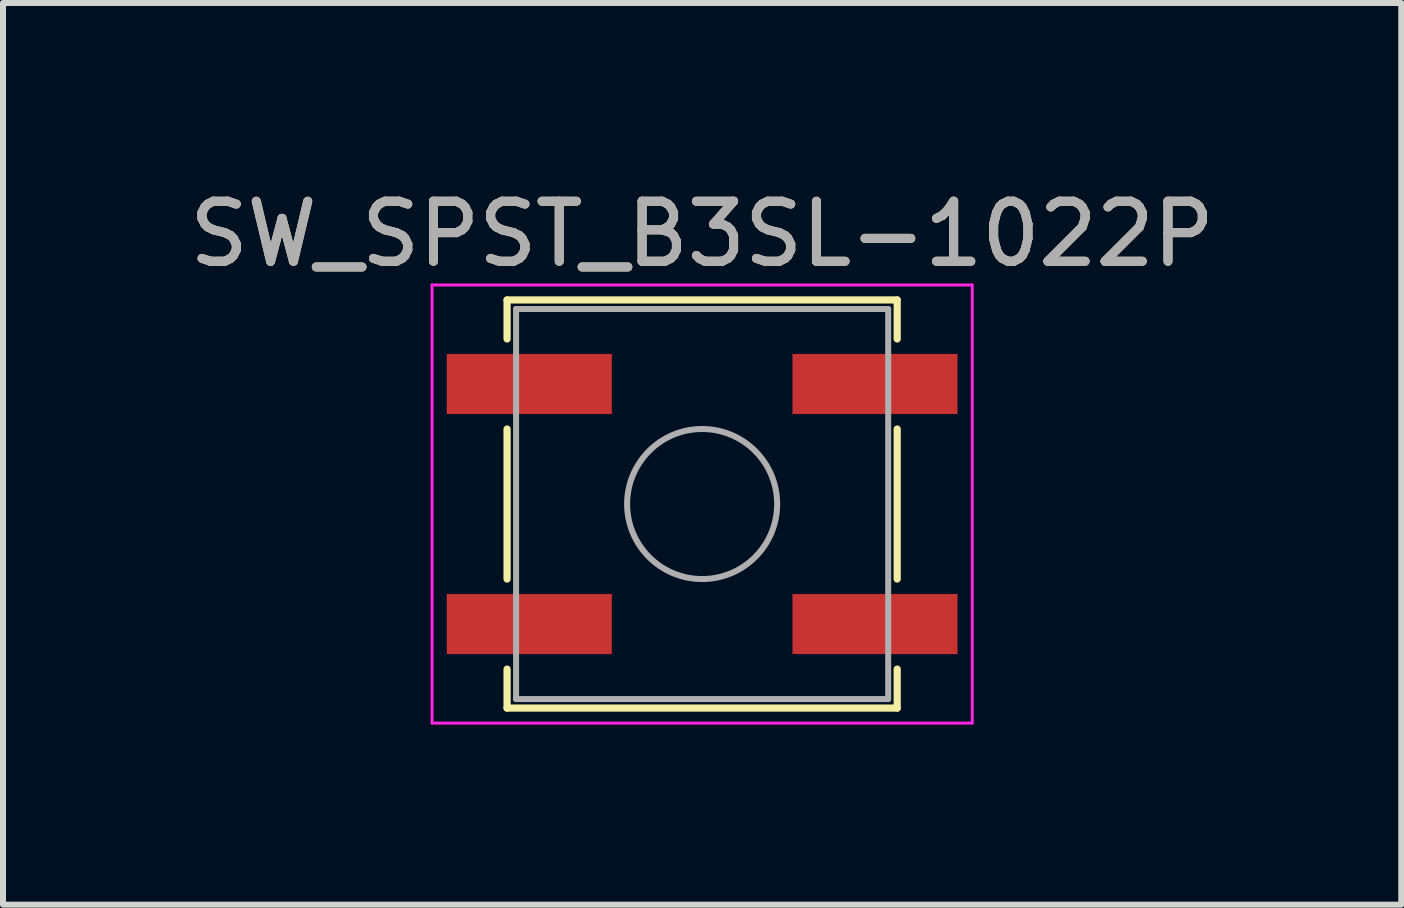
<source format=kicad_pcb>
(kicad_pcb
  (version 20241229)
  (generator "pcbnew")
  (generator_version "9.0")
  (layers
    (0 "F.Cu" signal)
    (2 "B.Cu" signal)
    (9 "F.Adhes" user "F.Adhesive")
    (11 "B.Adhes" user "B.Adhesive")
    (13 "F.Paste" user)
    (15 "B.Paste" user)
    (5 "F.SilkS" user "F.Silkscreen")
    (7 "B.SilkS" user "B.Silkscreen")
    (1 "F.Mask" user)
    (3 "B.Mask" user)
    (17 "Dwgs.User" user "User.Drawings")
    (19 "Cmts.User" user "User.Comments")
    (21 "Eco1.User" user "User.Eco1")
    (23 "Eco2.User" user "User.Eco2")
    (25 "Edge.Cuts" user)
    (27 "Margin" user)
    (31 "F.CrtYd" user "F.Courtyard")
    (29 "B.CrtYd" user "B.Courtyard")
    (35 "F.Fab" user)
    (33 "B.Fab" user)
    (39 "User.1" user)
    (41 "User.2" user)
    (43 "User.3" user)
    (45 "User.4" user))
  (footprint "SW_SPST_B3SL-1022P"
    (layer "F.Cu")
    (at 8.649 5.348)
    (property "Reference" "SW_SPST_B3SL-1022P" (at 0 -4.5 0) (layer "F.SilkS") (effects (font (size 1 1) (thickness 0.15))))
    (attr smd)
    (fp_line (start -3.25 -3.4) (end -3.25 -2.75) (stroke (width 0.12) (type solid)) (layer "F.SilkS"))
    (fp_line (start -3.25 -1.25) (end -3.25 1.25) (stroke (width 0.12) (type solid)) (layer "F.SilkS"))
    (fp_line (start -3.25 3.4) (end -3.25 2.75) (stroke (width 0.12) (type solid)) (layer "F.SilkS"))
    (fp_line (start 3.25 -3.4) (end -3.25 -3.4) (stroke (width 0.12) (type solid)) (layer "F.SilkS"))
    (fp_line (start 3.25 -2.75) (end 3.25 -3.4) (stroke (width 0.12) (type solid)) (layer "F.SilkS"))
    (fp_line (start 3.25 -1.25) (end 3.25 1.25) (stroke (width 0.12) (type solid)) (layer "F.SilkS"))
    (fp_line (start 3.25 2.75) (end 3.25 3.4) (stroke (width 0.12) (type solid)) (layer "F.SilkS"))
    (fp_line (start 3.25 3.4) (end -3.25 3.4) (stroke (width 0.12) (type solid)) (layer "F.SilkS"))
    (fp_line (start -4.5 -3.65) (end -4.5 3.65) (stroke (width 0.05) (type solid)) (layer "F.CrtYd"))
    (fp_line (start -4.5 3.65) (end 4.5 3.65) (stroke (width 0.05) (type solid)) (layer "F.CrtYd"))
    (fp_line (start 4.5 -3.65) (end -4.5 -3.65) (stroke (width 0.05) (type solid)) (layer "F.CrtYd"))
    (fp_line (start 4.5 3.65) (end 4.5 -3.65) (stroke (width 0.05) (type solid)) (layer "F.CrtYd"))
    (fp_line (start -3.1 -3.25) (end 3.1 -3.25) (stroke (width 0.1) (type solid)) (layer "F.Fab"))
    (fp_line (start -3.1 3.25) (end -3.1 -3.25) (stroke (width 0.1) (type solid)) (layer "F.Fab"))
    (fp_line (start 3.1 -3.25) (end 3.1 3.25) (stroke (width 0.1) (type solid)) (layer "F.Fab"))
    (fp_line (start 3.1 3.25) (end -3.1 3.25) (stroke (width 0.1) (type solid)) (layer "F.Fab"))
    (fp_circle (center 0 0) (end 1.25 0) (stroke (width 0.1) (type solid)) (fill no) (layer "F.Fab"))
    (fp_text user "${REFERENCE}" (at 0 -4.5 0) (layer "F.Fab") (effects (font (size 1 1) (thickness 0.15))))
    (pad "1" smd rect (at -2.88 -2) (size 2.75 1) (layers "F.Cu" "F.Mask" "F.Paste"))
    (pad "1" smd rect (at 2.88 -2) (size 2.75 1) (layers "F.Cu" "F.Mask" "F.Paste"))
    (pad "2" smd rect (at -2.88 2) (size 2.75 1) (layers "F.Cu" "F.Mask" "F.Paste"))
    (pad "2" smd rect (at 2.88 2) (size 2.75 1) (layers "F.Cu" "F.Mask" "F.Paste")))
  (gr_rect
    (start -3 -3)
    (end 20.298 12.023)
    (stroke (width 0.1) (type default))
    (fill no)
    (layer "Edge.Cuts")))
</source>
